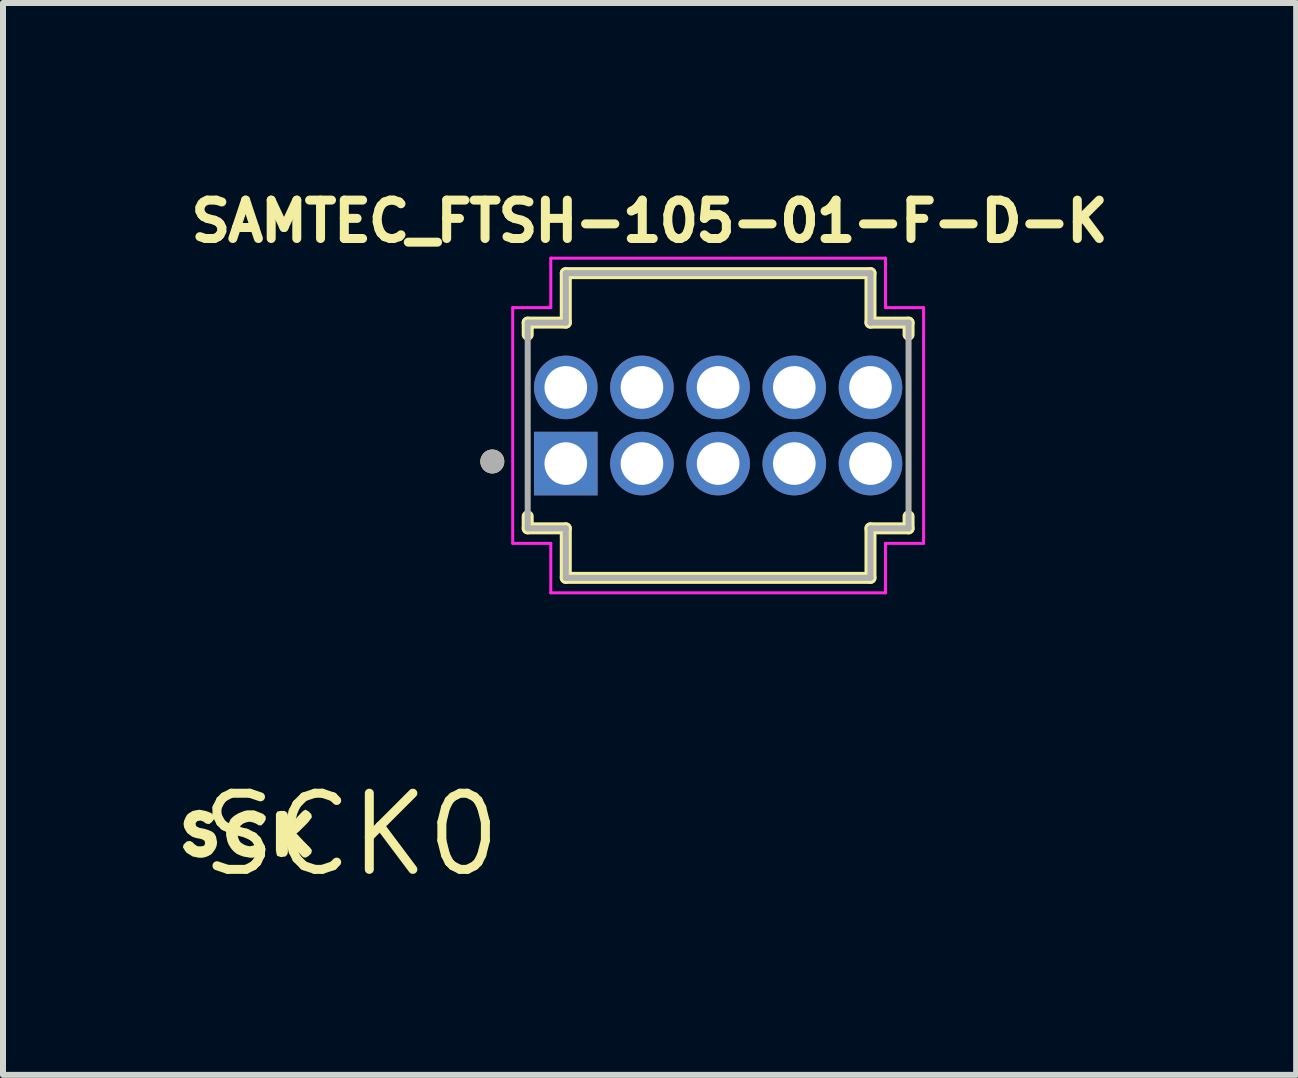
<source format=kicad_pcb>
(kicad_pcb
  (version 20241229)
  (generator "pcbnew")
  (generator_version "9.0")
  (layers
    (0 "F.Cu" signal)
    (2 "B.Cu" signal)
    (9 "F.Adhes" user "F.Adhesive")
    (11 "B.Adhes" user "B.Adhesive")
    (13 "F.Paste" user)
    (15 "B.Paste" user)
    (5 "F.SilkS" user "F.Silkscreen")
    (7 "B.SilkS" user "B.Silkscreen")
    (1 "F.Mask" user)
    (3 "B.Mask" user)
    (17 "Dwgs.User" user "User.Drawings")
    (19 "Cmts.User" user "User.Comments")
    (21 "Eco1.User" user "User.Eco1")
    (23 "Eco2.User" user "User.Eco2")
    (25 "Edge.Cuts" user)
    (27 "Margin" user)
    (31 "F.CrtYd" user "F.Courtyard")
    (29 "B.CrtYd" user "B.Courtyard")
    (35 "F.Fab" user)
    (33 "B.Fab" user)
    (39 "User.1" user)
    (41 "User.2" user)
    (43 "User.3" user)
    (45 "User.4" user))
  (footprint "SCK0"
    (layer "F.Cu")
    (at 2.805 10.865)
    (property "Reference" "SCK0" (at 0 0 0) (layer "F.SilkS") (effects (font (size 1.27 1.27) (thickness 0.15))))
    (fp_poly (pts (xy -0.707 -0.384) (xy -0.665 -0.342) (xy -0.655 -0.289) (xy -0.716 -0.207) (xy -0.786 -0.136) (xy -0.877 -0.046) (xy -0.913 -0.019) (xy -0.786 0.117) (xy -0.686 0.217) (xy -0.655 0.259) (xy -0.665 0.312) (xy -0.707 0.354) (xy -0.759 0.385) (xy -0.803 0.375) (xy -0.844 0.333) (xy -1.055 0.093) (xy -1.055 0.291) (xy -1.065 0.333) (xy -1.098 0.365) (xy -1.17 0.375) (xy -1.234 0.354) (xy -1.245 0.321) (xy -1.255 0.26) (xy -1.255 -0.341) (xy -1.233 -0.384) (xy -1.18 -0.395) (xy -1.108 -0.395) (xy -1.066 -0.363) (xy -1.055 -0.321) (xy -1.055 -0.123) (xy -0.844 -0.353) (xy -0.803 -0.394) (xy -0.76 -0.416)) (stroke (width 0) (type default)) (fill yes) (layer "F.SilkS"))
    (fp_poly (pts (xy -1.568 -0.385) (xy -1.518 -0.365) (xy -1.467 -0.344) (xy -1.425 -0.302) (xy -1.425 -0.249) (xy -1.456 -0.197) (xy -1.498 -0.155) (xy -1.541 -0.155) (xy -1.592 -0.186) (xy -1.641 -0.205) (xy -1.7 -0.215) (xy -1.749 -0.205) (xy -1.798 -0.186) (xy -1.836 -0.157) (xy -1.866 -0.108) (xy -1.885 -0.059) (xy -1.895 -0.01) (xy -1.885 0.049) (xy -1.866 0.098) (xy -1.837 0.136) (xy -1.788 0.166) (xy -1.739 0.185) (xy -1.69 0.195) (xy -1.641 0.185) (xy -1.592 0.165) (xy -1.531 0.135) (xy -1.498 0.135) (xy -1.456 0.187) (xy -1.425 0.239) (xy -1.436 0.293) (xy -1.488 0.324) (xy -1.528 0.345) (xy -1.578 0.365) (xy -1.639 0.385) (xy -1.69 0.385) (xy -1.741 0.375) (xy -1.801 0.365) (xy -1.852 0.345) (xy -1.902 0.324) (xy -1.943 0.294) (xy -1.984 0.253) (xy -2.014 0.213) (xy -2.044 0.162) (xy -2.065 0.111) (xy -2.075 0.061) (xy -2.085 0.01) (xy -2.085 -0.05) (xy -2.075 -0.101) (xy -2.065 -0.152) (xy -2.034 -0.202) (xy -2.014 -0.253) (xy -1.973 -0.294) (xy -1.933 -0.324) (xy -1.882 -0.354) (xy -1.832 -0.375) (xy -1.781 -0.395) (xy -1.73 -0.405) (xy -1.619 -0.405)) (stroke (width 0) (type default)) (fill yes) (layer "F.SilkS"))
    (fp_poly (pts (xy -2.479 -0.405) (xy -2.429 -0.395) (xy -2.368 -0.375) (xy -2.327 -0.354) (xy -2.285 -0.302) (xy -2.285 -0.258) (xy -2.326 -0.206) (xy -2.369 -0.175) (xy -2.422 -0.185) (xy -2.462 -0.216) (xy -2.511 -0.235) (xy -2.567 -0.225) (xy -2.595 -0.189) (xy -2.586 -0.143) (xy -2.538 -0.115) (xy -2.439 -0.095) (xy -2.378 -0.075) (xy -2.328 -0.054) (xy -2.286 -0.023) (xy -2.255 0.028) (xy -2.245 0.079) (xy -2.235 0.13) (xy -2.245 0.191) (xy -2.266 0.242) (xy -2.296 0.283) (xy -2.327 0.324) (xy -2.378 0.354) (xy -2.429 0.375) (xy -2.48 0.385) (xy -2.54 0.385) (xy -2.591 0.375) (xy -2.642 0.365) (xy -2.693 0.334) (xy -2.743 0.304) (xy -2.774 0.263) (xy -2.805 0.211) (xy -2.795 0.167) (xy -2.742 0.115) (xy -2.689 0.105) (xy -2.647 0.126) (xy -2.607 0.166) (xy -2.559 0.195) (xy -2.5 0.195) (xy -2.453 0.186) (xy -2.435 0.149) (xy -2.444 0.103) (xy -2.492 0.075) (xy -2.541 0.065) (xy -2.591 0.055) (xy -2.652 0.034) (xy -2.693 0.004) (xy -2.734 -0.027) (xy -2.764 -0.078) (xy -2.785 -0.118) (xy -2.795 -0.18) (xy -2.785 -0.231) (xy -2.764 -0.282) (xy -2.734 -0.333) (xy -2.693 -0.364) (xy -2.642 -0.395) (xy -2.591 -0.405) (xy -2.53 -0.415)) (stroke (width 0) (type default)) (fill yes) (layer "F.SilkS")))
  (footprint "SAMTEC_FTSH-105-01-F-D-K"
    (layer "F.Cu")
    (at 8.923 4.044)
    (property "Reference" "SAMTEC_FTSH-105-01-F-D-K" (at -1.143 -3.406 0) (layer "F.SilkS") (effects (font (size 0.64 0.64) (thickness 0.15))))
    (attr through_hole)
    (fp_line (start -3.175 -1.715) (end -3.175 -1.515) (stroke (width 0.2) (type solid)) (layer "F.SilkS"))
    (fp_line (start -3.175 -1.715) (end -2.54 -1.715) (stroke (width 0.2) (type solid)) (layer "F.SilkS"))
    (fp_line (start -3.175 1.715) (end -3.175 1.515) (stroke (width 0.2) (type solid)) (layer "F.SilkS"))
    (fp_line (start -3.175 1.715) (end -2.54 1.715) (stroke (width 0.2) (type solid)) (layer "F.SilkS"))
    (fp_line (start -2.54 -2.54) (end 2.54 -2.54) (stroke (width 0.2) (type solid)) (layer "F.SilkS"))
    (fp_line (start -2.54 -1.715) (end -2.54 -2.54) (stroke (width 0.2) (type solid)) (layer "F.SilkS"))
    (fp_line (start -2.54 1.715) (end -2.54 2.54) (stroke (width 0.2) (type solid)) (layer "F.SilkS"))
    (fp_line (start -2.54 2.54) (end 2.54 2.54) (stroke (width 0.2) (type solid)) (layer "F.SilkS"))
    (fp_line (start 2.54 -2.54) (end 2.54 -1.715) (stroke (width 0.2) (type solid)) (layer "F.SilkS"))
    (fp_line (start 2.54 -1.715) (end 3.175 -1.715) (stroke (width 0.2) (type solid)) (layer "F.SilkS"))
    (fp_line (start 2.54 1.715) (end 3.175 1.715) (stroke (width 0.2) (type solid)) (layer "F.SilkS"))
    (fp_line (start 2.54 2.54) (end 2.54 1.715) (stroke (width 0.2) (type solid)) (layer "F.SilkS"))
    (fp_line (start 3.175 -1.715) (end 3.175 -1.515) (stroke (width 0.2) (type solid)) (layer "F.SilkS"))
    (fp_line (start 3.175 1.715) (end 3.175 1.515) (stroke (width 0.2) (type solid)) (layer "F.SilkS"))
    (fp_circle (center -3.765 0.6) (end -3.665 0.6) (stroke (width 0.2) (type solid)) (fill no) (layer "F.SilkS"))
    (fp_line (start -3.425 -1.965) (end -2.79 -1.965) (stroke (width 0.05) (type solid)) (layer "F.CrtYd"))
    (fp_line (start -3.425 1.965) (end -3.425 -1.965) (stroke (width 0.05) (type solid)) (layer "F.CrtYd"))
    (fp_line (start -2.79 -2.79) (end 2.79 -2.79) (stroke (width 0.05) (type solid)) (layer "F.CrtYd"))
    (fp_line (start -2.79 -1.965) (end -2.79 -2.79) (stroke (width 0.05) (type solid)) (layer "F.CrtYd"))
    (fp_line (start -2.79 1.965) (end -3.425 1.965) (stroke (width 0.05) (type solid)) (layer "F.CrtYd"))
    (fp_line (start -2.79 2.79) (end -2.79 1.965) (stroke (width 0.05) (type solid)) (layer "F.CrtYd"))
    (fp_line (start 2.79 -2.79) (end 2.79 -1.965) (stroke (width 0.05) (type solid)) (layer "F.CrtYd"))
    (fp_line (start 2.79 -1.965) (end 3.425 -1.965) (stroke (width 0.05) (type solid)) (layer "F.CrtYd"))
    (fp_line (start 2.79 1.965) (end 2.79 2.79) (stroke (width 0.05) (type solid)) (layer "F.CrtYd"))
    (fp_line (start 2.79 2.79) (end -2.79 2.79) (stroke (width 0.05) (type solid)) (layer "F.CrtYd"))
    (fp_line (start 3.425 1.965) (end 2.79 1.965) (stroke (width 0.05) (type solid)) (layer "F.CrtYd"))
    (fp_line (start 3.425 1.965) (end 3.425 -1.965) (stroke (width 0.05) (type solid)) (layer "F.CrtYd"))
    (fp_line (start -3.175 -1.715) (end -3.175 1.715) (stroke (width 0.1) (type solid)) (layer "F.Fab"))
    (fp_line (start -3.175 1.715) (end -2.54 1.715) (stroke (width 0.1) (type solid)) (layer "F.Fab"))
    (fp_line (start -2.54 -2.54) (end 2.54 -2.54) (stroke (width 0.1) (type solid)) (layer "F.Fab"))
    (fp_line (start -2.54 -1.715) (end -3.175 -1.715) (stroke (width 0.1) (type solid)) (layer "F.Fab"))
    (fp_line (start -2.54 -1.715) (end -2.54 -2.54) (stroke (width 0.1) (type solid)) (layer "F.Fab"))
    (fp_line (start -2.54 1.715) (end -2.54 2.54) (stroke (width 0.1) (type solid)) (layer "F.Fab"))
    (fp_line (start -2.54 2.54) (end 2.54 2.54) (stroke (width 0.1) (type solid)) (layer "F.Fab"))
    (fp_line (start 2.54 -2.54) (end 2.54 -1.715) (stroke (width 0.1) (type solid)) (layer "F.Fab"))
    (fp_line (start 2.54 1.715) (end 3.175 1.715) (stroke (width 0.1) (type solid)) (layer "F.Fab"))
    (fp_line (start 2.54 2.54) (end 2.54 1.715) (stroke (width 0.1) (type solid)) (layer "F.Fab"))
    (fp_line (start 3.175 -1.715) (end 2.54 -1.715) (stroke (width 0.1) (type solid)) (layer "F.Fab"))
    (fp_line (start 3.175 1.715) (end 3.175 -1.715) (stroke (width 0.1) (type solid)) (layer "F.Fab"))
    (fp_circle (center -3.765 0.6) (end -3.665 0.6) (stroke (width 0.2) (type solid)) (fill no) (layer "F.Fab"))
    (pad "01" thru_hole rect (at -2.54 0.635) (size 1.06 1.06) (drill 0.71) (layers "*.Cu" "*.Mask"))
    (pad "02" thru_hole circle (at -2.54 -0.635) (size 1.06 1.06) (drill 0.71) (layers "*.Cu" "*.Mask"))
    (pad "03" thru_hole circle (at -1.27 0.635) (size 1.06 1.06) (drill 0.71) (layers "*.Cu" "*.Mask"))
    (pad "04" thru_hole circle (at -1.27 -0.635) (size 1.06 1.06) (drill 0.71) (layers "*.Cu" "*.Mask"))
    (pad "05" thru_hole circle (at 0 0.635) (size 1.06 1.06) (drill 0.71) (layers "*.Cu" "*.Mask"))
    (pad "06" thru_hole circle (at 0 -0.635) (size 1.06 1.06) (drill 0.71) (layers "*.Cu" "*.Mask"))
    (pad "07" thru_hole circle (at 1.27 0.635) (size 1.06 1.06) (drill 0.71) (layers "*.Cu" "*.Mask"))
    (pad "08" thru_hole circle (at 1.27 -0.635) (size 1.06 1.06) (drill 0.71) (layers "*.Cu" "*.Mask"))
    (pad "09" thru_hole circle (at 2.54 0.635) (size 1.06 1.06) (drill 0.71) (layers "*.Cu" "*.Mask"))
    (pad "10" thru_hole circle (at 2.54 -0.635) (size 1.06 1.06) (drill 0.71) (layers "*.Cu" "*.Mask")))
  (gr_rect
    (start -3 -3)
    (end 18.56 14.871)
    (stroke (width 0.1) (type default))
    (fill no)
    (layer "Edge.Cuts")))
</source>
